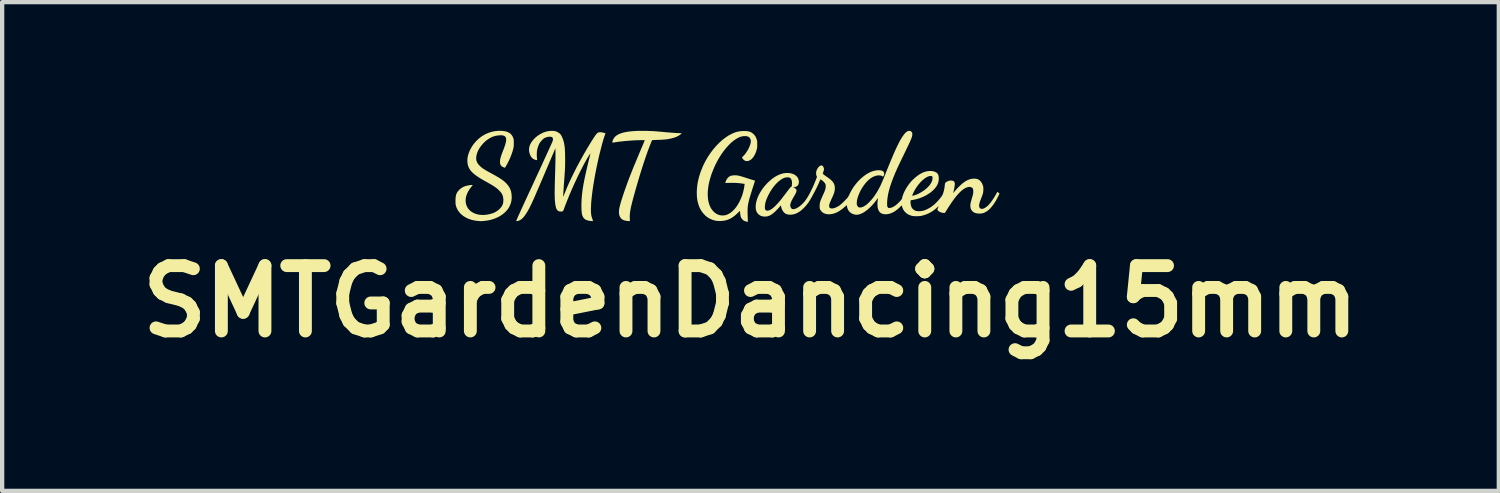
<source format=kicad_pcb>
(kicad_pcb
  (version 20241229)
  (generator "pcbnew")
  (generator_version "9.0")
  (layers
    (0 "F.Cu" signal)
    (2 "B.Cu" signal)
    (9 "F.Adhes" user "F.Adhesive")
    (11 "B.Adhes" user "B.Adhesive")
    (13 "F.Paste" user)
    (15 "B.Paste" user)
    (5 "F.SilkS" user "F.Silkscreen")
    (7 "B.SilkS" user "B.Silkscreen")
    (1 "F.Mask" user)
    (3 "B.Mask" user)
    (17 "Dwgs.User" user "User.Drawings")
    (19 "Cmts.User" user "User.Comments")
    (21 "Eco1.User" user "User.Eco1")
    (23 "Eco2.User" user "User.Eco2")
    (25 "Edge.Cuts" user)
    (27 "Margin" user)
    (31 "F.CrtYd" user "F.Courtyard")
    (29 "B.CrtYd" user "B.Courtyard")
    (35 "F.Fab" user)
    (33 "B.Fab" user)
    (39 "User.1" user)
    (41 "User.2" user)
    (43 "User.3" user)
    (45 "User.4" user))
  (footprint "SMTGardenDancing15mm"
    (layer "F.Cu")
    (at 14.449 3.978)
    (property "Reference" "SMTGardenDancing15mm" (at 0 0 0) (layer "F.SilkS") (effects (font (size 1.524 1.524) (thickness 0.3))))
    (attr board_only exclude_from_pos_files exclude_from_bom)
    (fp_poly (pts (xy -2.417 -3.976) (xy -2.4 -3.975) (xy -2.366 -3.974) (xy -2.336 -3.973) (xy -2.309 -3.972) (xy -2.284 -3.971) (xy -2.258 -3.97) (xy -2.232 -3.968) (xy -2.204 -3.966) (xy -2.172 -3.963) (xy -2.135 -3.96) (xy -2.092 -3.956) (xy -2.042 -3.952) (xy -1.983 -3.946) (xy -1.937 -3.942) (xy -1.888 -3.938) (xy -1.839 -3.934) (xy -1.793 -3.931) (xy -1.751 -3.928) (xy -1.716 -3.926) (xy -1.711 -3.926) (xy -1.679 -3.924) (xy -1.651 -3.923) (xy -1.628 -3.921) (xy -1.611 -3.92) (xy -1.603 -3.919) (xy -1.602 -3.919) (xy -1.605 -3.915) (xy -1.614 -3.907) (xy -1.628 -3.896) (xy -1.634 -3.891) (xy -1.677 -3.863) (xy -1.726 -3.838) (xy -1.78 -3.818) (xy -1.842 -3.801) (xy -1.886 -3.791) (xy -1.92 -3.785) (xy -1.953 -3.78) (xy -1.988 -3.776) (xy -2.026 -3.773) (xy -2.069 -3.77) (xy -2.119 -3.768) (xy -2.164 -3.767) (xy -2.199 -3.765) (xy -2.23 -3.764) (xy -2.257 -3.762) (xy -2.278 -3.761) (xy -2.291 -3.759) (xy -2.295 -3.758) (xy -2.298 -3.752) (xy -2.305 -3.737) (xy -2.313 -3.716) (xy -2.324 -3.689) (xy -2.337 -3.658) (xy -2.35 -3.623) (xy -2.364 -3.586) (xy -2.378 -3.549) (xy -2.392 -3.512) (xy -2.398 -3.496) (xy -2.427 -3.414) (xy -2.458 -3.324) (xy -2.491 -3.226) (xy -2.524 -3.122) (xy -2.559 -3.012) (xy -2.594 -2.897) (xy -2.629 -2.779) (xy -2.664 -2.658) (xy -2.67 -2.638) (xy -2.695 -2.549) (xy -2.717 -2.469) (xy -2.737 -2.397) (xy -2.754 -2.333) (xy -2.768 -2.275) (xy -2.781 -2.223) (xy -2.791 -2.177) (xy -2.799 -2.135) (xy -2.805 -2.097) (xy -2.81 -2.061) (xy -2.813 -2.029) (xy -2.814 -1.998) (xy -2.815 -1.968) (xy -2.814 -1.938) (xy -2.814 -1.934) (xy -2.813 -1.908) (xy -2.812 -1.89) (xy -2.813 -1.879) (xy -2.814 -1.873) (xy -2.817 -1.871) (xy -2.819 -1.871) (xy -2.828 -1.872) (xy -2.844 -1.873) (xy -2.864 -1.875) (xy -2.869 -1.876) (xy -2.914 -1.882) (xy -2.951 -1.892) (xy -2.982 -1.906) (xy -3.008 -1.926) (xy -3.03 -1.952) (xy -3.04 -1.966) (xy -3.055 -2) (xy -3.064 -2.041) (xy -3.067 -2.088) (xy -3.063 -2.14) (xy -3.056 -2.184) (xy -3.046 -2.225) (xy -3.033 -2.274) (xy -3.017 -2.331) (xy -2.997 -2.394) (xy -2.975 -2.463) (xy -2.95 -2.537) (xy -2.923 -2.615) (xy -2.894 -2.696) (xy -2.864 -2.78) (xy -2.832 -2.865) (xy -2.799 -2.95) (xy -2.765 -3.036) (xy -2.743 -3.091) (xy -2.73 -3.124) (xy -2.713 -3.165) (xy -2.693 -3.212) (xy -2.671 -3.265) (xy -2.648 -3.32) (xy -2.624 -3.379) (xy -2.599 -3.437) (xy -2.575 -3.496) (xy -2.551 -3.552) (xy -2.529 -3.604) (xy -2.508 -3.652) (xy -2.506 -3.658) (xy -2.494 -3.687) (xy -2.483 -3.712) (xy -2.474 -3.734) (xy -2.468 -3.749) (xy -2.466 -3.756) (xy -2.465 -3.757) (xy -2.47 -3.759) (xy -2.484 -3.76) (xy -2.505 -3.76) (xy -2.533 -3.761) (xy -2.565 -3.76) (xy -2.602 -3.759) (xy -2.642 -3.758) (xy -2.683 -3.756) (xy -2.696 -3.756) (xy -2.778 -3.751) (xy -2.859 -3.745) (xy -2.937 -3.738) (xy -3.011 -3.73) (xy -3.08 -3.722) (xy -3.14 -3.713) (xy -3.171 -3.708) (xy -3.19 -3.705) (xy -3.206 -3.702) (xy -3.216 -3.701) (xy -3.218 -3.701) (xy -3.22 -3.705) (xy -3.22 -3.716) (xy -3.217 -3.733) (xy -3.212 -3.751) (xy -3.205 -3.77) (xy -3.201 -3.779) (xy -3.18 -3.814) (xy -3.152 -3.846) (xy -3.116 -3.874) (xy -3.072 -3.899) (xy -3.02 -3.92) (xy -2.96 -3.938) (xy -2.891 -3.952) (xy -2.814 -3.963) (xy -2.729 -3.971) (xy -2.634 -3.976) (xy -2.53 -3.977)) (stroke (width 0) (type solid)) (fill yes) (layer "F.SilkS"))
    (fp_poly (pts (xy -0.103 -3.972) (xy -0.06 -3.967) (xy -0.023 -3.959) (xy 0.01 -3.946) (xy 0.039 -3.928) (xy 0.067 -3.904) (xy 0.075 -3.897) (xy 0.098 -3.872) (xy 0.116 -3.846) (xy 0.13 -3.818) (xy 0.143 -3.783) (xy 0.146 -3.776) (xy 0.15 -3.76) (xy 0.154 -3.745) (xy 0.156 -3.729) (xy 0.157 -3.709) (xy 0.157 -3.683) (xy 0.157 -3.661) (xy 0.157 -3.627) (xy 0.156 -3.6) (xy 0.154 -3.579) (xy 0.15 -3.559) (xy 0.146 -3.542) (xy 0.128 -3.484) (xy 0.106 -3.432) (xy 0.08 -3.385) (xy 0.052 -3.346) (xy 0.02 -3.314) (xy -0.013 -3.291) (xy -0.048 -3.277) (xy -0.068 -3.272) (xy -0.102 -3.273) (xy -0.132 -3.283) (xy -0.159 -3.302) (xy -0.183 -3.331) (xy -0.185 -3.335) (xy -0.199 -3.357) (xy -0.166 -3.39) (xy -0.134 -3.425) (xy -0.104 -3.465) (xy -0.076 -3.508) (xy -0.05 -3.552) (xy -0.029 -3.597) (xy -0.011 -3.641) (xy 0.001 -3.681) (xy 0.008 -3.718) (xy 0.009 -3.747) (xy 0.002 -3.776) (xy -0.01 -3.803) (xy -0.028 -3.825) (xy -0.033 -3.83) (xy -0.058 -3.844) (xy -0.089 -3.852) (xy -0.125 -3.855) (xy -0.165 -3.853) (xy -0.206 -3.846) (xy -0.247 -3.833) (xy -0.268 -3.825) (xy -0.328 -3.792) (xy -0.389 -3.751) (xy -0.45 -3.701) (xy -0.51 -3.642) (xy -0.569 -3.577) (xy -0.626 -3.505) (xy -0.681 -3.427) (xy -0.734 -3.343) (xy -0.783 -3.255) (xy -0.829 -3.163) (xy -0.87 -3.067) (xy -0.908 -2.969) (xy -0.918 -2.938) (xy -0.943 -2.857) (xy -0.963 -2.781) (xy -0.978 -2.708) (xy -0.988 -2.635) (xy -0.995 -2.566) (xy -0.997 -2.482) (xy -0.992 -2.405) (xy -0.981 -2.332) (xy -0.963 -2.266) (xy -0.939 -2.206) (xy -0.908 -2.152) (xy -0.872 -2.106) (xy -0.83 -2.067) (xy -0.782 -2.036) (xy -0.773 -2.031) (xy -0.731 -2.015) (xy -0.688 -2.006) (xy -0.649 -2.004) (xy -0.612 -2.006) (xy -0.579 -2.012) (xy -0.546 -2.023) (xy -0.518 -2.036) (xy -0.469 -2.064) (xy -0.422 -2.101) (xy -0.376 -2.147) (xy -0.333 -2.2) (xy -0.293 -2.26) (xy -0.256 -2.326) (xy -0.223 -2.397) (xy -0.194 -2.471) (xy -0.171 -2.549) (xy -0.153 -2.626) (xy -0.15 -2.645) (xy -0.146 -2.667) (xy -0.143 -2.689) (xy -0.14 -2.71) (xy -0.138 -2.726) (xy -0.137 -2.737) (xy -0.137 -2.739) (xy -0.142 -2.74) (xy -0.154 -2.742) (xy -0.172 -2.745) (xy -0.185 -2.747) (xy -0.268 -2.758) (xy -0.357 -2.764) (xy -0.455 -2.764) (xy -0.479 -2.764) (xy -0.586 -2.761) (xy -0.583 -2.777) (xy -0.579 -2.791) (xy -0.572 -2.809) (xy -0.568 -2.819) (xy -0.546 -2.859) (xy -0.52 -2.89) (xy -0.49 -2.914) (xy -0.454 -2.93) (xy -0.412 -2.938) (xy -0.37 -2.941) (xy -0.346 -2.94) (xy -0.323 -2.939) (xy -0.3 -2.936) (xy -0.274 -2.931) (xy -0.245 -2.924) (xy -0.212 -2.915) (xy -0.173 -2.903) (xy -0.126 -2.888) (xy -0.095 -2.878) (xy -0.058 -2.866) (xy -0.022 -2.855) (xy 0.011 -2.844) (xy 0.039 -2.836) (xy 0.06 -2.829) (xy 0.074 -2.826) (xy 0.076 -2.825) (xy 0.092 -2.821) (xy 0.102 -2.817) (xy 0.105 -2.814) (xy 0.104 -2.808) (xy 0.099 -2.794) (xy 0.093 -2.773) (xy 0.084 -2.745) (xy 0.074 -2.712) (xy 0.062 -2.676) (xy 0.05 -2.639) (xy 0.027 -2.566) (xy 0.007 -2.503) (xy -0.01 -2.446) (xy -0.025 -2.396) (xy -0.037 -2.35) (xy -0.046 -2.309) (xy -0.054 -2.271) (xy -0.06 -2.235) (xy -0.064 -2.199) (xy -0.066 -2.163) (xy -0.068 -2.126) (xy -0.068 -2.086) (xy -0.067 -2.043) (xy -0.065 -1.995) (xy -0.065 -1.99) (xy -0.064 -1.956) (xy -0.063 -1.924) (xy -0.062 -1.897) (xy -0.061 -1.877) (xy -0.06 -1.863) (xy -0.06 -1.859) (xy -0.062 -1.857) (xy -0.067 -1.856) (xy -0.079 -1.858) (xy -0.098 -1.862) (xy -0.101 -1.863) (xy -0.121 -1.869) (xy -0.14 -1.876) (xy -0.149 -1.88) (xy -0.171 -1.895) (xy -0.193 -1.917) (xy -0.211 -1.942) (xy -0.224 -1.966) (xy -0.229 -1.983) (xy -0.234 -2.005) (xy -0.238 -2.03) (xy -0.241 -2.056) (xy -0.243 -2.079) (xy -0.244 -2.098) (xy -0.243 -2.108) (xy -0.245 -2.108) (xy -0.254 -2.102) (xy -0.268 -2.09) (xy -0.286 -2.073) (xy -0.299 -2.06) (xy -0.356 -2.008) (xy -0.412 -1.965) (xy -0.468 -1.931) (xy -0.526 -1.906) (xy -0.585 -1.888) (xy -0.648 -1.878) (xy -0.713 -1.874) (xy -0.775 -1.877) (xy -0.831 -1.886) (xy -0.885 -1.902) (xy -0.934 -1.923) (xy -0.968 -1.94) (xy -0.996 -1.957) (xy -1.021 -1.975) (xy -1.047 -1.996) (xy -1.06 -2.009) (xy -1.109 -2.062) (xy -1.152 -2.122) (xy -1.187 -2.188) (xy -1.214 -2.261) (xy -1.235 -2.339) (xy -1.247 -2.421) (xy -1.25 -2.457) (xy -1.252 -2.566) (xy -1.244 -2.675) (xy -1.228 -2.784) (xy -1.202 -2.895) (xy -1.167 -3.008) (xy -1.122 -3.123) (xy -1.091 -3.192) (xy -1.043 -3.286) (xy -0.989 -3.377) (xy -0.929 -3.466) (xy -0.865 -3.55) (xy -0.797 -3.629) (xy -0.726 -3.701) (xy -0.653 -3.767) (xy -0.578 -3.824) (xy -0.513 -3.867) (xy -0.448 -3.902) (xy -0.387 -3.93) (xy -0.327 -3.951) (xy -0.267 -3.964) (xy -0.205 -3.971) (xy -0.155 -3.973)) (stroke (width 0) (type solid)) (fill yes) (layer "F.SilkS"))
    (fp_poly (pts (xy -5.785 -3.976) (xy -5.727 -3.968) (xy -5.676 -3.955) (xy -5.634 -3.936) (xy -5.598 -3.912) (xy -5.568 -3.88) (xy -5.545 -3.842) (xy -5.53 -3.806) (xy -5.526 -3.793) (xy -5.523 -3.78) (xy -5.521 -3.765) (xy -5.519 -3.747) (xy -5.519 -3.724) (xy -5.519 -3.692) (xy -5.519 -3.691) (xy -5.519 -3.656) (xy -5.52 -3.63) (xy -5.522 -3.608) (xy -5.525 -3.588) (xy -5.529 -3.567) (xy -5.531 -3.561) (xy -5.55 -3.492) (xy -5.575 -3.419) (xy -5.605 -3.344) (xy -5.639 -3.27) (xy -5.676 -3.199) (xy -5.699 -3.158) (xy -5.709 -3.141) (xy -5.717 -3.127) (xy -5.723 -3.118) (xy -5.724 -3.117) (xy -5.729 -3.117) (xy -5.741 -3.121) (xy -5.756 -3.127) (xy -5.773 -3.134) (xy -5.787 -3.141) (xy -5.792 -3.144) (xy -5.807 -3.157) (xy -5.821 -3.173) (xy -5.825 -3.18) (xy -5.832 -3.193) (xy -5.836 -3.207) (xy -5.839 -3.223) (xy -5.84 -3.247) (xy -5.84 -3.248) (xy -5.84 -3.275) (xy -5.837 -3.303) (xy -5.831 -3.333) (xy -5.822 -3.367) (xy -5.81 -3.407) (xy -5.793 -3.453) (xy -5.789 -3.464) (xy -5.771 -3.51) (xy -5.756 -3.549) (xy -5.744 -3.581) (xy -5.735 -3.607) (xy -5.727 -3.629) (xy -5.721 -3.648) (xy -5.716 -3.664) (xy -5.712 -3.68) (xy -5.709 -3.692) (xy -5.699 -3.737) (xy -5.696 -3.776) (xy -5.7 -3.808) (xy -5.71 -3.832) (xy -5.728 -3.851) (xy -5.753 -3.864) (xy -5.786 -3.872) (xy -5.795 -3.873) (xy -5.825 -3.874) (xy -5.861 -3.872) (xy -5.899 -3.868) (xy -5.937 -3.862) (xy -5.966 -3.855) (xy -6.024 -3.835) (xy -6.08 -3.806) (xy -6.135 -3.771) (xy -6.187 -3.729) (xy -6.235 -3.682) (xy -6.278 -3.631) (xy -6.316 -3.578) (xy -6.348 -3.522) (xy -6.372 -3.466) (xy -6.388 -3.409) (xy -6.395 -3.361) (xy -6.395 -3.318) (xy -6.389 -3.28) (xy -6.376 -3.245) (xy -6.356 -3.211) (xy -6.327 -3.176) (xy -6.314 -3.163) (xy -6.297 -3.147) (xy -6.281 -3.132) (xy -6.264 -3.117) (xy -6.244 -3.103) (xy -6.222 -3.088) (xy -6.196 -3.072) (xy -6.165 -3.053) (xy -6.128 -3.032) (xy -6.084 -3.008) (xy -6.044 -2.986) (xy -5.982 -2.952) (xy -5.928 -2.921) (xy -5.881 -2.894) (xy -5.841 -2.869) (xy -5.806 -2.846) (xy -5.776 -2.825) (xy -5.749 -2.804) (xy -5.726 -2.784) (xy -5.704 -2.763) (xy -5.701 -2.76) (xy -5.659 -2.713) (xy -5.626 -2.666) (xy -5.601 -2.617) (xy -5.583 -2.565) (xy -5.572 -2.506) (xy -5.571 -2.491) (xy -5.567 -2.422) (xy -5.573 -2.354) (xy -5.588 -2.29) (xy -5.611 -2.232) (xy -5.634 -2.188) (xy -5.659 -2.15) (xy -5.69 -2.113) (xy -5.716 -2.085) (xy -5.77 -2.038) (xy -5.832 -1.995) (xy -5.9 -1.959) (xy -5.974 -1.928) (xy -6.052 -1.903) (xy -6.134 -1.886) (xy -6.216 -1.876) (xy -6.242 -1.874) (xy -6.265 -1.872) (xy -6.282 -1.871) (xy -6.293 -1.871) (xy -6.294 -1.871) (xy -6.303 -1.872) (xy -6.319 -1.873) (xy -6.34 -1.875) (xy -6.354 -1.876) (xy -6.432 -1.886) (xy -6.507 -1.903) (xy -6.576 -1.926) (xy -6.639 -1.956) (xy -6.697 -1.992) (xy -6.747 -2.033) (xy -6.79 -2.079) (xy -6.826 -2.13) (xy -6.853 -2.185) (xy -6.867 -2.228) (xy -6.872 -2.246) (xy -6.875 -2.264) (xy -6.877 -2.284) (xy -6.878 -2.309) (xy -6.878 -2.341) (xy -6.878 -2.348) (xy -6.877 -2.401) (xy -6.872 -2.447) (xy -6.864 -2.486) (xy -6.851 -2.52) (xy -6.833 -2.552) (xy -6.81 -2.581) (xy -6.792 -2.601) (xy -6.755 -2.633) (xy -6.716 -2.659) (xy -6.672 -2.68) (xy -6.622 -2.696) (xy -6.567 -2.707) (xy -6.54 -2.711) (xy -6.516 -2.714) (xy -6.496 -2.715) (xy -6.483 -2.715) (xy -6.476 -2.713) (xy -6.476 -2.713) (xy -6.479 -2.708) (xy -6.487 -2.698) (xy -6.499 -2.683) (xy -6.505 -2.677) (xy -6.549 -2.619) (xy -6.585 -2.56) (xy -6.612 -2.502) (xy -6.631 -2.444) (xy -6.641 -2.386) (xy -6.642 -2.33) (xy -6.634 -2.277) (xy -6.618 -2.226) (xy -6.592 -2.178) (xy -6.582 -2.164) (xy -6.546 -2.123) (xy -6.502 -2.088) (xy -6.452 -2.059) (xy -6.396 -2.038) (xy -6.335 -2.023) (xy -6.27 -2.016) (xy -6.202 -2.017) (xy -6.144 -2.023) (xy -6.073 -2.037) (xy -6.01 -2.056) (xy -5.954 -2.08) (xy -5.904 -2.111) (xy -5.858 -2.148) (xy -5.846 -2.16) (xy -5.813 -2.197) (xy -5.789 -2.234) (xy -5.773 -2.272) (xy -5.764 -2.315) (xy -5.762 -2.363) (xy -5.762 -2.375) (xy -5.767 -2.424) (xy -5.778 -2.467) (xy -5.796 -2.507) (xy -5.822 -2.545) (xy -5.857 -2.584) (xy -5.863 -2.589) (xy -5.884 -2.61) (xy -5.905 -2.629) (xy -5.929 -2.647) (xy -5.954 -2.666) (xy -5.983 -2.685) (xy -6.016 -2.706) (xy -6.055 -2.729) (xy -6.1 -2.755) (xy -6.153 -2.785) (xy -6.176 -2.798) (xy -6.248 -2.839) (xy -6.312 -2.877) (xy -6.367 -2.913) (xy -6.415 -2.947) (xy -6.456 -2.98) (xy -6.49 -3.012) (xy -6.519 -3.044) (xy -6.543 -3.077) (xy -6.563 -3.11) (xy -6.57 -3.124) (xy -6.589 -3.177) (xy -6.599 -3.234) (xy -6.602 -3.294) (xy -6.596 -3.356) (xy -6.582 -3.419) (xy -6.56 -3.484) (xy -6.531 -3.548) (xy -6.494 -3.612) (xy -6.451 -3.674) (xy -6.4 -3.733) (xy -6.391 -3.743) (xy -6.328 -3.802) (xy -6.259 -3.854) (xy -6.185 -3.897) (xy -6.108 -3.931) (xy -6.028 -3.956) (xy -5.944 -3.972) (xy -5.859 -3.978)) (stroke (width 0) (type solid)) (fill yes) (layer "F.SilkS"))
    (fp_poly (pts (xy -4.575 -3.974) (xy -4.541 -3.966) (xy -4.509 -3.954) (xy -4.478 -3.936) (xy -4.45 -3.916) (xy -4.432 -3.898) (xy -4.414 -3.873) (xy -4.397 -3.841) (xy -4.381 -3.804) (xy -4.366 -3.764) (xy -4.356 -3.728) (xy -4.348 -3.695) (xy -4.342 -3.664) (xy -4.337 -3.633) (xy -4.332 -3.6) (xy -4.329 -3.564) (xy -4.327 -3.525) (xy -4.325 -3.479) (xy -4.323 -3.426) (xy -4.322 -3.373) (xy -4.322 -3.322) (xy -4.321 -3.274) (xy -4.322 -3.228) (xy -4.322 -3.183) (xy -4.324 -3.138) (xy -4.326 -3.09) (xy -4.328 -3.039) (xy -4.332 -2.984) (xy -4.336 -2.922) (xy -4.341 -2.853) (xy -4.346 -2.786) (xy -4.35 -2.739) (xy -4.353 -2.691) (xy -4.356 -2.645) (xy -4.359 -2.603) (xy -4.361 -2.565) (xy -4.363 -2.534) (xy -4.364 -2.513) (xy -4.366 -2.433) (xy -4.334 -2.515) (xy -4.288 -2.632) (xy -4.235 -2.754) (xy -4.175 -2.882) (xy -4.111 -3.013) (xy -4.042 -3.148) (xy -3.968 -3.285) (xy -3.891 -3.424) (xy -3.871 -3.458) (xy -3.731 -3.458) (xy -3.728 -3.456) (xy -3.726 -3.458) (xy -3.728 -3.461) (xy -3.731 -3.458) (xy -3.871 -3.458) (xy -3.811 -3.562) (xy -3.728 -3.699) (xy -3.69 -3.76) (xy -3.661 -3.806) (xy -3.636 -3.843) (xy -3.615 -3.874) (xy -3.596 -3.898) (xy -3.58 -3.916) (xy -3.564 -3.929) (xy -3.549 -3.938) (xy -3.533 -3.943) (xy -3.516 -3.945) (xy -3.497 -3.945) (xy -3.489 -3.944) (xy -3.47 -3.942) (xy -3.448 -3.938) (xy -3.425 -3.933) (xy -3.404 -3.927) (xy -3.389 -3.922) (xy -3.382 -3.918) (xy -3.383 -3.913) (xy -3.387 -3.902) (xy -3.393 -3.885) (xy -3.395 -3.88) (xy -3.403 -3.858) (xy -3.411 -3.834) (xy -3.42 -3.806) (xy -3.43 -3.774) (xy -3.441 -3.735) (xy -3.454 -3.69) (xy -3.469 -3.636) (xy -3.475 -3.611) (xy -3.503 -3.502) (xy -3.531 -3.39) (xy -3.556 -3.277) (xy -3.581 -3.163) (xy -3.604 -3.049) (xy -3.626 -2.936) (xy -3.645 -2.825) (xy -3.663 -2.717) (xy -3.679 -2.612) (xy -3.692 -2.512) (xy -3.703 -2.417) (xy -3.712 -2.329) (xy -3.717 -2.248) (xy -3.72 -2.175) (xy -3.721 -2.143) (xy -3.72 -2.099) (xy -3.719 -2.062) (xy -3.715 -2.03) (xy -3.71 -2.001) (xy -3.703 -1.971) (xy -3.693 -1.94) (xy -3.69 -1.931) (xy -3.682 -1.909) (xy -3.676 -1.891) (xy -3.673 -1.878) (xy -3.672 -1.873) (xy -3.672 -1.873) (xy -3.677 -1.872) (xy -3.691 -1.873) (xy -3.709 -1.874) (xy -3.724 -1.875) (xy -3.775 -1.883) (xy -3.817 -1.894) (xy -3.852 -1.911) (xy -3.88 -1.934) (xy -3.902 -1.963) (xy -3.918 -1.998) (xy -3.926 -2.023) (xy -3.933 -2.059) (xy -3.938 -2.104) (xy -3.941 -2.157) (xy -3.942 -2.215) (xy -3.942 -2.279) (xy -3.939 -2.347) (xy -3.935 -2.417) (xy -3.928 -2.489) (xy -3.92 -2.562) (xy -3.916 -2.596) (xy -3.906 -2.659) (xy -3.894 -2.73) (xy -3.879 -2.809) (xy -3.861 -2.895) (xy -3.841 -2.987) (xy -3.819 -3.084) (xy -3.795 -3.186) (xy -3.77 -3.291) (xy -3.768 -3.298) (xy -3.759 -3.335) (xy -3.75 -3.368) (xy -3.743 -3.398) (xy -3.738 -3.422) (xy -3.734 -3.439) (xy -3.732 -3.448) (xy -3.732 -3.449) (xy -3.736 -3.446) (xy -3.743 -3.436) (xy -3.754 -3.42) (xy -3.767 -3.401) (xy -3.767 -3.4) (xy -3.805 -3.339) (xy -3.845 -3.269) (xy -3.887 -3.192) (xy -3.93 -3.109) (xy -3.975 -3.02) (xy -4.021 -2.927) (xy -4.066 -2.831) (xy -4.112 -2.733) (xy -4.156 -2.633) (xy -4.2 -2.533) (xy -4.241 -2.433) (xy -4.281 -2.336) (xy -4.317 -2.242) (xy -4.351 -2.151) (xy -4.353 -2.145) (xy -4.362 -2.123) (xy -4.371 -2.108) (xy -4.383 -2.1) (xy -4.401 -2.096) (xy -4.425 -2.096) (xy -4.453 -2.098) (xy -4.476 -2.105) (xy -4.496 -2.119) (xy -4.513 -2.138) (xy -4.527 -2.164) (xy -4.538 -2.198) (xy -4.547 -2.239) (xy -4.555 -2.29) (xy -4.56 -2.349) (xy -4.561 -2.355) (xy -4.563 -2.389) (xy -4.564 -2.428) (xy -4.565 -2.473) (xy -4.566 -2.524) (xy -4.565 -2.582) (xy -4.564 -2.648) (xy -4.563 -2.722) (xy -4.561 -2.804) (xy -4.558 -2.895) (xy -4.556 -2.973) (xy -4.554 -3.033) (xy -4.552 -3.094) (xy -4.551 -3.156) (xy -4.549 -3.215) (xy -4.548 -3.272) (xy -4.547 -3.324) (xy -4.547 -3.369) (xy -4.547 -3.408) (xy -4.547 -3.426) (xy -4.548 -3.573) (xy -4.67 -3.286) (xy -4.72 -3.168) (xy -4.767 -3.059) (xy -4.809 -2.959) (xy -4.849 -2.866) (xy -4.885 -2.782) (xy -4.918 -2.704) (xy -4.949 -2.633) (xy -4.977 -2.569) (xy -5.002 -2.51) (xy -5.025 -2.457) (xy -5.046 -2.409) (xy -5.066 -2.366) (xy -5.083 -2.327) (xy -5.099 -2.292) (xy -5.114 -2.261) (xy -5.128 -2.233) (xy -5.14 -2.207) (xy -5.152 -2.184) (xy -5.163 -2.162) (xy -5.174 -2.142) (xy -5.185 -2.124) (xy -5.195 -2.105) (xy -5.206 -2.087) (xy -5.208 -2.084) (xy -5.242 -2.03) (xy -5.275 -1.985) (xy -5.306 -1.948) (xy -5.337 -1.92) (xy -5.368 -1.899) (xy -5.382 -1.891) (xy -5.403 -1.883) (xy -5.423 -1.876) (xy -5.441 -1.873) (xy -5.454 -1.872) (xy -5.461 -1.874) (xy -5.461 -1.876) (xy -5.461 -1.879) (xy -5.459 -1.885) (xy -5.456 -1.894) (xy -5.451 -1.906) (xy -5.444 -1.921) (xy -5.436 -1.941) (xy -5.426 -1.964) (xy -5.413 -1.992) (xy -5.398 -2.026) (xy -5.38 -2.064) (xy -5.36 -2.109) (xy -5.337 -2.159) (xy -5.311 -2.216) (xy -5.282 -2.28) (xy -5.249 -2.351) (xy -5.213 -2.429) (xy -5.173 -2.516) (xy -5.129 -2.61) (xy -5.081 -2.713) (xy -5.07 -2.738) (xy -5.037 -2.809) (xy -5.004 -2.881) (xy -4.97 -2.954) (xy -4.936 -3.027) (xy -4.903 -3.099) (xy -4.87 -3.171) (xy -4.838 -3.241) (xy -4.807 -3.309) (xy -4.777 -3.374) (xy -4.749 -3.436) (xy -4.723 -3.493) (xy -4.698 -3.547) (xy -4.677 -3.595) (xy -4.657 -3.637) (xy -4.641 -3.673) (xy -4.628 -3.702) (xy -4.619 -3.724) (xy -4.613 -3.738) (xy -4.611 -3.742) (xy -4.606 -3.766) (xy -4.606 -3.79) (xy -4.61 -3.81) (xy -4.614 -3.818) (xy -4.627 -3.829) (xy -4.647 -3.837) (xy -4.673 -3.84) (xy -4.703 -3.839) (xy -4.736 -3.834) (xy -4.768 -3.824) (xy -4.8 -3.811) (xy -4.802 -3.811) (xy -4.82 -3.798) (xy -4.842 -3.779) (xy -4.865 -3.756) (xy -4.887 -3.731) (xy -4.907 -3.705) (xy -4.92 -3.686) (xy -4.937 -3.65) (xy -4.953 -3.608) (xy -4.967 -3.564) (xy -4.976 -3.523) (xy -4.98 -3.496) (xy -4.982 -3.461) (xy -4.983 -3.423) (xy -4.982 -3.383) (xy -4.98 -3.345) (xy -4.979 -3.336) (xy -4.975 -3.294) (xy -4.999 -3.298) (xy -5.038 -3.308) (xy -5.073 -3.328) (xy -5.102 -3.356) (xy -5.127 -3.392) (xy -5.146 -3.437) (xy -5.148 -3.443) (xy -5.161 -3.496) (xy -5.164 -3.549) (xy -5.157 -3.6) (xy -5.141 -3.651) (xy -5.114 -3.702) (xy -5.11 -3.71) (xy -5.067 -3.766) (xy -5.017 -3.818) (xy -4.959 -3.865) (xy -4.896 -3.905) (xy -4.829 -3.937) (xy -4.803 -3.947) (xy -4.758 -3.961) (xy -4.711 -3.97) (xy -4.663 -3.976) (xy -4.617 -3.977)) (stroke (width 0) (type solid)) (fill yes) (layer "F.SilkS"))
    (fp_poly (pts (xy 3.725 -3.974) (xy 3.743 -3.965) (xy 3.761 -3.947) (xy 3.763 -3.944) (xy 3.769 -3.934) (xy 3.772 -3.921) (xy 3.773 -3.903) (xy 3.773 -3.894) (xy 3.772 -3.881) (xy 3.771 -3.867) (xy 3.768 -3.851) (xy 3.763 -3.834) (xy 3.756 -3.813) (xy 3.747 -3.79) (xy 3.735 -3.762) (xy 3.721 -3.729) (xy 3.704 -3.691) (xy 3.683 -3.646) (xy 3.658 -3.595) (xy 3.63 -3.536) (xy 3.602 -3.478) (xy 3.567 -3.405) (xy 3.535 -3.341) (xy 3.508 -3.283) (xy 3.483 -3.232) (xy 3.461 -3.186) (xy 3.442 -3.145) (xy 3.425 -3.108) (xy 3.409 -3.073) (xy 3.395 -3.04) (xy 3.381 -3.009) (xy 3.373 -2.991) (xy 3.329 -2.882) (xy 3.29 -2.78) (xy 3.258 -2.685) (xy 3.232 -2.596) (xy 3.212 -2.513) (xy 3.198 -2.434) (xy 3.189 -2.361) (xy 3.187 -2.323) (xy 3.186 -2.284) (xy 3.186 -2.255) (xy 3.188 -2.232) (xy 3.191 -2.215) (xy 3.196 -2.202) (xy 3.204 -2.191) (xy 3.206 -2.189) (xy 3.216 -2.181) (xy 3.224 -2.177) (xy 3.236 -2.177) (xy 3.247 -2.178) (xy 3.288 -2.187) (xy 3.328 -2.204) (xy 3.37 -2.23) (xy 3.414 -2.264) (xy 3.439 -2.288) (xy 3.469 -2.317) (xy 3.494 -2.344) (xy 3.514 -2.368) (xy 3.528 -2.388) (xy 3.535 -2.403) (xy 3.536 -2.407) (xy 3.538 -2.421) (xy 3.543 -2.442) (xy 3.551 -2.465) (xy 3.771 -2.465) (xy 3.775 -2.464) (xy 3.788 -2.465) (xy 3.807 -2.47) (xy 3.831 -2.477) (xy 3.846 -2.481) (xy 3.865 -2.488) (xy 3.888 -2.498) (xy 3.914 -2.51) (xy 3.928 -2.516) (xy 3.988 -2.55) (xy 4.044 -2.586) (xy 4.094 -2.625) (xy 4.138 -2.666) (xy 4.176 -2.709) (xy 4.206 -2.752) (xy 4.228 -2.794) (xy 4.241 -2.836) (xy 4.246 -2.874) (xy 4.244 -2.898) (xy 4.238 -2.914) (xy 4.226 -2.922) (xy 4.208 -2.925) (xy 4.204 -2.926) (xy 4.168 -2.921) (xy 4.13 -2.908) (xy 4.09 -2.886) (xy 4.049 -2.858) (xy 4.007 -2.822) (xy 3.965 -2.78) (xy 3.924 -2.733) (xy 3.885 -2.682) (xy 3.848 -2.626) (xy 3.822 -2.581) (xy 3.812 -2.561) (xy 3.802 -2.54) (xy 3.791 -2.517) (xy 3.782 -2.497) (xy 3.775 -2.48) (xy 3.771 -2.468) (xy 3.771 -2.465) (xy 3.551 -2.465) (xy 3.552 -2.469) (xy 3.563 -2.498) (xy 3.575 -2.529) (xy 3.588 -2.558) (xy 3.595 -2.573) (xy 3.641 -2.655) (xy 3.694 -2.733) (xy 3.754 -2.805) (xy 3.821 -2.871) (xy 3.892 -2.929) (xy 3.958 -2.973) (xy 4.01 -3) (xy 4.065 -3.021) (xy 4.12 -3.035) (xy 4.173 -3.041) (xy 4.224 -3.04) (xy 4.272 -3.032) (xy 4.307 -3.019) (xy 4.337 -3.003) (xy 4.359 -2.983) (xy 4.375 -2.959) (xy 4.385 -2.929) (xy 4.39 -2.891) (xy 4.391 -2.865) (xy 4.388 -2.821) (xy 4.381 -2.781) (xy 4.368 -2.744) (xy 4.361 -2.727) (xy 4.333 -2.677) (xy 4.295 -2.629) (xy 4.25 -2.583) (xy 4.197 -2.539) (xy 4.138 -2.499) (xy 4.074 -2.462) (xy 4.005 -2.43) (xy 3.933 -2.403) (xy 3.858 -2.381) (xy 3.782 -2.366) (xy 3.777 -2.365) (xy 3.736 -2.359) (xy 3.733 -2.336) (xy 3.731 -2.311) (xy 3.734 -2.281) (xy 3.739 -2.249) (xy 3.747 -2.219) (xy 3.754 -2.2) (xy 3.773 -2.168) (xy 3.8 -2.141) (xy 3.833 -2.12) (xy 3.845 -2.115) (xy 3.87 -2.108) (xy 3.903 -2.104) (xy 3.939 -2.103) (xy 3.977 -2.106) (xy 4.012 -2.111) (xy 4.027 -2.115) (xy 4.074 -2.13) (xy 4.124 -2.153) (xy 4.175 -2.18) (xy 4.224 -2.211) (xy 4.266 -2.243) (xy 4.306 -2.278) (xy 4.347 -2.319) (xy 4.387 -2.362) (xy 4.424 -2.407) (xy 4.457 -2.45) (xy 4.467 -2.465) (xy 4.48 -2.49) (xy 4.493 -2.524) (xy 4.505 -2.563) (xy 4.515 -2.606) (xy 4.524 -2.652) (xy 4.529 -2.698) (xy 4.53 -2.706) (xy 4.533 -2.733) (xy 4.537 -2.752) (xy 4.545 -2.766) (xy 4.557 -2.778) (xy 4.576 -2.79) (xy 4.596 -2.8) (xy 4.616 -2.809) (xy 4.631 -2.815) (xy 4.647 -2.817) (xy 4.667 -2.818) (xy 4.673 -2.818) (xy 4.706 -2.816) (xy 4.731 -2.808) (xy 4.748 -2.794) (xy 4.759 -2.775) (xy 4.764 -2.751) (xy 4.764 -2.736) (xy 4.763 -2.712) (xy 4.759 -2.684) (xy 4.754 -2.652) (xy 4.748 -2.618) (xy 4.741 -2.586) (xy 4.736 -2.566) (xy 4.732 -2.548) (xy 4.729 -2.534) (xy 4.728 -2.527) (xy 4.728 -2.527) (xy 4.731 -2.53) (xy 4.74 -2.539) (xy 4.751 -2.554) (xy 4.763 -2.568) (xy 4.785 -2.595) (xy 4.812 -2.625) (xy 4.842 -2.656) (xy 4.873 -2.687) (xy 4.904 -2.716) (xy 4.932 -2.742) (xy 4.955 -2.761) (xy 4.958 -2.763) (xy 5.005 -2.796) (xy 5.048 -2.821) (xy 5.088 -2.839) (xy 5.129 -2.852) (xy 5.171 -2.86) (xy 5.176 -2.861) (xy 5.226 -2.863) (xy 5.272 -2.858) (xy 5.311 -2.844) (xy 5.346 -2.821) (xy 5.375 -2.79) (xy 5.399 -2.751) (xy 5.4 -2.749) (xy 5.415 -2.715) (xy 5.425 -2.682) (xy 5.43 -2.648) (xy 5.43 -2.608) (xy 5.43 -2.591) (xy 5.428 -2.568) (xy 5.425 -2.546) (xy 5.421 -2.524) (xy 5.415 -2.501) (xy 5.406 -2.475) (xy 5.395 -2.443) (xy 5.379 -2.404) (xy 5.375 -2.394) (xy 5.357 -2.345) (xy 5.343 -2.304) (xy 5.335 -2.27) (xy 5.331 -2.241) (xy 5.332 -2.217) (xy 5.337 -2.197) (xy 5.34 -2.19) (xy 5.354 -2.171) (xy 5.373 -2.16) (xy 5.397 -2.157) (xy 5.425 -2.162) (xy 5.455 -2.174) (xy 5.488 -2.194) (xy 5.522 -2.221) (xy 5.538 -2.235) (xy 5.571 -2.27) (xy 5.607 -2.314) (xy 5.643 -2.364) (xy 5.679 -2.42) (xy 5.715 -2.479) (xy 5.738 -2.52) (xy 5.747 -2.538) (xy 5.754 -2.548) (xy 5.761 -2.551) (xy 5.77 -2.546) (xy 5.784 -2.535) (xy 5.791 -2.529) (xy 5.807 -2.515) (xy 5.765 -2.429) (xy 5.722 -2.349) (xy 5.677 -2.277) (xy 5.632 -2.216) (xy 5.586 -2.163) (xy 5.538 -2.121) (xy 5.49 -2.088) (xy 5.441 -2.064) (xy 5.411 -2.055) (xy 5.382 -2.05) (xy 5.348 -2.048) (xy 5.312 -2.049) (xy 5.278 -2.053) (xy 5.25 -2.059) (xy 5.246 -2.06) (xy 5.206 -2.078) (xy 5.175 -2.102) (xy 5.151 -2.132) (xy 5.135 -2.168) (xy 5.127 -2.21) (xy 5.127 -2.216) (xy 5.127 -2.242) (xy 5.129 -2.27) (xy 5.135 -2.302) (xy 5.144 -2.339) (xy 5.156 -2.383) (xy 5.161 -2.399) (xy 5.173 -2.441) (xy 5.183 -2.474) (xy 5.189 -2.503) (xy 5.193 -2.527) (xy 5.195 -2.548) (xy 5.195 -2.569) (xy 5.195 -2.579) (xy 5.192 -2.606) (xy 5.187 -2.626) (xy 5.178 -2.641) (xy 5.163 -2.653) (xy 5.151 -2.659) (xy 5.122 -2.669) (xy 5.089 -2.669) (xy 5.053 -2.661) (xy 5.014 -2.645) (xy 4.972 -2.621) (xy 4.93 -2.589) (xy 4.908 -2.57) (xy 4.875 -2.538) (xy 4.841 -2.502) (xy 4.806 -2.462) (xy 4.77 -2.417) (xy 4.732 -2.367) (xy 4.692 -2.31) (xy 4.649 -2.246) (xy 4.602 -2.174) (xy 4.572 -2.125) (xy 4.533 -2.063) (xy 4.501 -2.064) (xy 4.469 -2.067) (xy 4.438 -2.077) (xy 4.408 -2.09) (xy 4.383 -2.106) (xy 4.365 -2.125) (xy 4.364 -2.127) (xy 4.36 -2.133) (xy 4.359 -2.14) (xy 4.361 -2.15) (xy 4.366 -2.166) (xy 4.371 -2.177) (xy 4.378 -2.195) (xy 4.383 -2.21) (xy 4.386 -2.218) (xy 4.386 -2.219) (xy 4.383 -2.218) (xy 4.374 -2.211) (xy 4.362 -2.199) (xy 4.36 -2.197) (xy 4.293 -2.139) (xy 4.222 -2.09) (xy 4.148 -2.05) (xy 4.071 -2.019) (xy 3.993 -1.997) (xy 3.968 -1.992) (xy 3.936 -1.989) (xy 3.899 -1.987) (xy 3.859 -1.986) (xy 3.821 -1.988) (xy 3.786 -1.991) (xy 3.758 -1.996) (xy 3.753 -1.998) (xy 3.7 -2.017) (xy 3.653 -2.043) (xy 3.612 -2.077) (xy 3.578 -2.117) (xy 3.556 -2.155) (xy 3.547 -2.177) (xy 3.539 -2.197) (xy 3.534 -2.214) (xy 3.533 -2.218) (xy 3.531 -2.232) (xy 3.529 -2.239) (xy 3.528 -2.24) (xy 3.525 -2.237) (xy 3.515 -2.228) (xy 3.501 -2.215) (xy 3.484 -2.198) (xy 3.48 -2.194) (xy 3.425 -2.144) (xy 3.368 -2.103) (xy 3.312 -2.071) (xy 3.256 -2.048) (xy 3.2 -2.035) (xy 3.146 -2.032) (xy 3.114 -2.034) (xy 3.076 -2.043) (xy 3.044 -2.057) (xy 3.017 -2.078) (xy 2.996 -2.106) (xy 2.979 -2.142) (xy 2.968 -2.178) (xy 2.964 -2.202) (xy 2.962 -2.233) (xy 2.961 -2.269) (xy 2.962 -2.306) (xy 2.965 -2.341) (xy 2.968 -2.365) (xy 2.971 -2.384) (xy 2.973 -2.399) (xy 2.974 -2.408) (xy 2.974 -2.409) (xy 2.971 -2.405) (xy 2.963 -2.396) (xy 2.951 -2.381) (xy 2.936 -2.362) (xy 2.932 -2.356) (xy 2.878 -2.288) (xy 2.823 -2.227) (xy 2.768 -2.173) (xy 2.714 -2.127) (xy 2.66 -2.088) (xy 2.609 -2.058) (xy 2.559 -2.037) (xy 2.511 -2.024) (xy 2.473 -2.02) (xy 2.433 -2.025) (xy 2.392 -2.036) (xy 2.354 -2.055) (xy 2.321 -2.078) (xy 2.319 -2.079) (xy 2.295 -2.106) (xy 2.275 -2.138) (xy 2.26 -2.172) (xy 2.252 -2.205) (xy 2.25 -2.221) (xy 2.25 -2.233) (xy 2.248 -2.241) (xy 2.247 -2.242) (xy 2.243 -2.24) (xy 2.232 -2.232) (xy 2.217 -2.22) (xy 2.199 -2.205) (xy 2.194 -2.2) (xy 2.134 -2.151) (xy 2.077 -2.111) (xy 2.021 -2.079) (xy 1.966 -2.056) (xy 1.91 -2.04) (xy 1.857 -2.033) (xy 1.806 -2.032) (xy 1.759 -2.039) (xy 1.717 -2.054) (xy 1.681 -2.075) (xy 1.651 -2.103) (xy 1.628 -2.137) (xy 1.626 -2.14) (xy 1.62 -2.153) (xy 1.617 -2.165) (xy 1.614 -2.178) (xy 1.613 -2.195) (xy 1.613 -2.218) (xy 1.613 -2.228) (xy 1.614 -2.252) (xy 1.615 -2.273) (xy 1.618 -2.294) (xy 1.623 -2.315) (xy 1.631 -2.339) (xy 1.641 -2.367) (xy 1.655 -2.399) (xy 1.672 -2.439) (xy 1.684 -2.466) (xy 1.704 -2.509) (xy 1.719 -2.544) (xy 1.731 -2.573) (xy 1.739 -2.597) (xy 1.746 -2.617) (xy 1.75 -2.636) (xy 1.753 -2.654) (xy 1.754 -2.671) (xy 1.755 -2.693) (xy 1.754 -2.71) (xy 1.751 -2.724) (xy 1.746 -2.738) (xy 1.745 -2.739) (xy 1.734 -2.759) (xy 1.715 -2.782) (xy 1.693 -2.804) (xy 1.669 -2.823) (xy 1.651 -2.835) (xy 1.631 -2.846) (xy 1.624 -2.83) (xy 1.601 -2.778) (xy 1.58 -2.729) (xy 1.557 -2.68) (xy 1.533 -2.631) (xy 1.506 -2.578) (xy 1.475 -2.52) (xy 1.45 -2.473) (xy 1.419 -2.416) (xy 1.39 -2.367) (xy 1.363 -2.324) (xy 1.336 -2.285) (xy 1.309 -2.251) (xy 1.281 -2.217) (xy 1.25 -2.185) (xy 1.243 -2.178) (xy 1.203 -2.14) (xy 1.165 -2.109) (xy 1.127 -2.083) (xy 1.086 -2.06) (xy 1.086 -2.06) (xy 1.039 -2.04) (xy 0.991 -2.028) (xy 0.943 -2.022) (xy 0.898 -2.023) (xy 0.855 -2.031) (xy 0.818 -2.046) (xy 0.806 -2.053) (xy 0.779 -2.077) (xy 0.755 -2.108) (xy 0.734 -2.146) (xy 0.72 -2.187) (xy 0.713 -2.219) (xy 0.709 -2.24) (xy 0.674 -2.199) (xy 0.623 -2.143) (xy 0.577 -2.097) (xy 0.533 -2.058) (xy 0.492 -2.028) (xy 0.454 -2.005) (xy 0.418 -1.99) (xy 0.411 -1.988) (xy 0.381 -1.981) (xy 0.346 -1.978) (xy 0.312 -1.979) (xy 0.282 -1.983) (xy 0.249 -1.992) (xy 0.221 -2.006) (xy 0.194 -2.026) (xy 0.186 -2.033) (xy 0.159 -2.062) (xy 0.14 -2.097) (xy 0.127 -2.136) (xy 0.122 -2.183) (xy 0.122 -2.201) (xy 0.335 -2.201) (xy 0.336 -2.172) (xy 0.341 -2.15) (xy 0.349 -2.134) (xy 0.361 -2.123) (xy 0.377 -2.117) (xy 0.398 -2.116) (xy 0.423 -2.12) (xy 0.448 -2.129) (xy 0.457 -2.132) (xy 0.488 -2.15) (xy 0.522 -2.176) (xy 0.561 -2.209) (xy 0.601 -2.249) (xy 0.643 -2.294) (xy 0.686 -2.343) (xy 0.688 -2.345) (xy 0.702 -2.363) (xy 0.721 -2.386) (xy 0.743 -2.415) (xy 0.768 -2.448) (xy 0.795 -2.482) (xy 0.822 -2.518) (xy 0.834 -2.534) (xy 0.863 -2.573) (xy 0.887 -2.603) (xy 0.905 -2.627) (xy 0.92 -2.645) (xy 0.931 -2.658) (xy 0.939 -2.666) (xy 0.945 -2.67) (xy 0.948 -2.671) (xy 0.953 -2.671) (xy 0.957 -2.675) (xy 0.96 -2.684) (xy 0.964 -2.7) (xy 0.965 -2.711) (xy 0.969 -2.752) (xy 0.967 -2.79) (xy 0.96 -2.824) (xy 0.948 -2.853) (xy 0.932 -2.874) (xy 0.92 -2.883) (xy 0.9 -2.89) (xy 0.873 -2.893) (xy 0.843 -2.892) (xy 0.812 -2.888) (xy 0.783 -2.879) (xy 0.738 -2.857) (xy 0.692 -2.827) (xy 0.644 -2.788) (xy 0.597 -2.742) (xy 0.569 -2.711) (xy 0.518 -2.646) (xy 0.472 -2.577) (xy 0.429 -2.502) (xy 0.418 -2.479) (xy 0.387 -2.415) (xy 0.364 -2.356) (xy 0.348 -2.302) (xy 0.339 -2.251) (xy 0.335 -2.204) (xy 0.335 -2.201) (xy 0.122 -2.201) (xy 0.122 -2.228) (xy 0.129 -2.293) (xy 0.146 -2.361) (xy 0.17 -2.429) (xy 0.202 -2.498) (xy 0.241 -2.566) (xy 0.285 -2.632) (xy 0.335 -2.695) (xy 0.389 -2.755) (xy 0.447 -2.81) (xy 0.507 -2.86) (xy 0.57 -2.904) (xy 0.634 -2.94) (xy 0.699 -2.967) (xy 0.705 -2.969) (xy 0.761 -2.985) (xy 0.816 -2.993) (xy 0.869 -2.995) (xy 0.92 -2.991) (xy 0.968 -2.98) (xy 1.012 -2.963) (xy 1.05 -2.94) (xy 1.081 -2.912) (xy 1.106 -2.879) (xy 1.112 -2.866) (xy 1.124 -2.83) (xy 1.129 -2.794) (xy 1.126 -2.759) (xy 1.117 -2.727) (xy 1.108 -2.71) (xy 1.093 -2.694) (xy 1.071 -2.679) (xy 1.045 -2.668) (xy 1.021 -2.662) (xy 0.996 -2.659) (xy 1.026 -2.644) (xy 1.05 -2.63) (xy 1.065 -2.615) (xy 1.073 -2.597) (xy 1.073 -2.575) (xy 1.073 -2.574) (xy 1.07 -2.561) (xy 1.066 -2.547) (xy 1.06 -2.531) (xy 1.05 -2.511) (xy 1.037 -2.487) (xy 1.019 -2.456) (xy 1.011 -2.444) (xy 0.982 -2.391) (xy 0.958 -2.346) (xy 0.942 -2.306) (xy 0.931 -2.273) (xy 0.927 -2.245) (xy 0.928 -2.226) (xy 0.935 -2.202) (xy 0.945 -2.181) (xy 0.957 -2.165) (xy 0.966 -2.158) (xy 0.989 -2.151) (xy 1.017 -2.152) (xy 1.049 -2.161) (xy 1.083 -2.177) (xy 1.12 -2.199) (xy 1.159 -2.228) (xy 1.197 -2.262) (xy 1.236 -2.301) (xy 1.266 -2.335) (xy 1.294 -2.373) (xy 1.324 -2.418) (xy 1.355 -2.471) (xy 1.388 -2.531) (xy 1.42 -2.596) (xy 1.453 -2.664) (xy 1.484 -2.736) (xy 1.515 -2.81) (xy 1.528 -2.844) (xy 1.551 -2.906) (xy 1.54 -2.928) (xy 1.533 -2.953) (xy 1.53 -2.983) (xy 1.532 -3.016) (xy 1.539 -3.048) (xy 1.547 -3.068) (xy 1.565 -3.102) (xy 1.586 -3.13) (xy 1.607 -3.151) (xy 1.629 -3.165) (xy 1.65 -3.17) (xy 1.67 -3.167) (xy 1.682 -3.161) (xy 1.691 -3.149) (xy 1.701 -3.132) (xy 1.709 -3.113) (xy 1.714 -3.094) (xy 1.715 -3.084) (xy 1.714 -3.074) (xy 1.71 -3.058) (xy 1.704 -3.038) (xy 1.701 -3.029) (xy 1.686 -2.986) (xy 1.697 -2.97) (xy 1.705 -2.96) (xy 1.721 -2.947) (xy 1.743 -2.931) (xy 1.77 -2.912) (xy 1.783 -2.903) (xy 1.833 -2.868) (xy 1.875 -2.834) (xy 1.908 -2.801) (xy 1.933 -2.768) (xy 1.951 -2.734) (xy 1.962 -2.698) (xy 1.967 -2.659) (xy 1.966 -2.616) (xy 1.965 -2.599) (xy 1.961 -2.576) (xy 1.956 -2.553) (xy 1.949 -2.528) (xy 1.939 -2.5) (xy 1.926 -2.467) (xy 1.908 -2.428) (xy 1.895 -2.4) (xy 1.877 -2.36) (xy 1.863 -2.328) (xy 1.852 -2.301) (xy 1.844 -2.28) (xy 1.839 -2.262) (xy 1.836 -2.246) (xy 1.835 -2.231) (xy 1.835 -2.227) (xy 1.837 -2.203) (xy 1.843 -2.188) (xy 1.855 -2.177) (xy 1.873 -2.17) (xy 1.902 -2.167) (xy 1.936 -2.171) (xy 1.974 -2.183) (xy 2.015 -2.201) (xy 2.058 -2.226) (xy 2.074 -2.236) (xy 2.092 -2.25) (xy 2.115 -2.27) (xy 2.141 -2.293) (xy 2.169 -2.32) (xy 2.197 -2.347) (xy 2.222 -2.373) (xy 2.245 -2.398) (xy 2.263 -2.418) (xy 2.272 -2.431) (xy 2.283 -2.448) (xy 2.295 -2.471) (xy 2.307 -2.495) (xy 2.312 -2.506) (xy 2.352 -2.585) (xy 2.399 -2.661) (xy 2.453 -2.734) (xy 2.511 -2.802) (xy 2.574 -2.865) (xy 2.641 -2.921) (xy 2.709 -2.969) (xy 2.775 -3.006) (xy 2.819 -3.025) (xy 2.865 -3.04) (xy 2.91 -3.051) (xy 2.954 -3.057) (xy 2.995 -3.059) (xy 3.032 -3.056) (xy 3.064 -3.049) (xy 3.089 -3.036) (xy 3.096 -3.031) (xy 3.11 -3.011) (xy 3.117 -2.988) (xy 3.117 -2.963) (xy 3.111 -2.94) (xy 3.099 -2.922) (xy 3.086 -2.909) (xy 3.073 -2.92) (xy 3.053 -2.93) (xy 3.025 -2.937) (xy 2.993 -2.939) (xy 2.957 -2.936) (xy 2.922 -2.929) (xy 2.914 -2.927) (xy 2.863 -2.907) (xy 2.812 -2.878) (xy 2.762 -2.839) (xy 2.713 -2.792) (xy 2.666 -2.737) (xy 2.625 -2.681) (xy 2.592 -2.629) (xy 2.562 -2.575) (xy 2.537 -2.52) (xy 2.515 -2.466) (xy 2.498 -2.415) (xy 2.485 -2.366) (xy 2.479 -2.321) (xy 2.477 -2.282) (xy 2.48 -2.259) (xy 2.488 -2.235) (xy 2.501 -2.215) (xy 2.516 -2.199) (xy 2.532 -2.191) (xy 2.538 -2.19) (xy 2.566 -2.19) (xy 2.591 -2.194) (xy 2.617 -2.203) (xy 2.633 -2.21) (xy 2.676 -2.235) (xy 2.721 -2.269) (xy 2.767 -2.312) (xy 2.813 -2.362) (xy 2.86 -2.418) (xy 2.905 -2.481) (xy 2.949 -2.549) (xy 2.991 -2.622) (xy 3.028 -2.693) (xy 3.039 -2.717) (xy 3.053 -2.749) (xy 3.07 -2.787) (xy 3.088 -2.829) (xy 3.107 -2.875) (xy 3.126 -2.921) (xy 3.144 -2.967) (xy 3.146 -2.971) (xy 3.192 -3.087) (xy 3.236 -3.194) (xy 3.277 -3.293) (xy 3.315 -3.383) (xy 3.35 -3.466) (xy 3.384 -3.54) (xy 3.415 -3.608) (xy 3.445 -3.668) (xy 3.473 -3.723) (xy 3.499 -3.771) (xy 3.525 -3.813) (xy 3.549 -3.85) (xy 3.572 -3.882) (xy 3.594 -3.91) (xy 3.604 -3.921) (xy 3.63 -3.946) (xy 3.654 -3.964) (xy 3.677 -3.974) (xy 3.701 -3.977) (xy 3.701 -3.977)) (stroke (width 0) (type solid)) (fill yes) (layer "F.SilkS")))
  (gr_rect
    (start -3 -3)
    (end 31.898 8.396)
    (stroke (width 0.1) (type default))
    (fill no)
    (layer "Edge.Cuts")))
</source>
